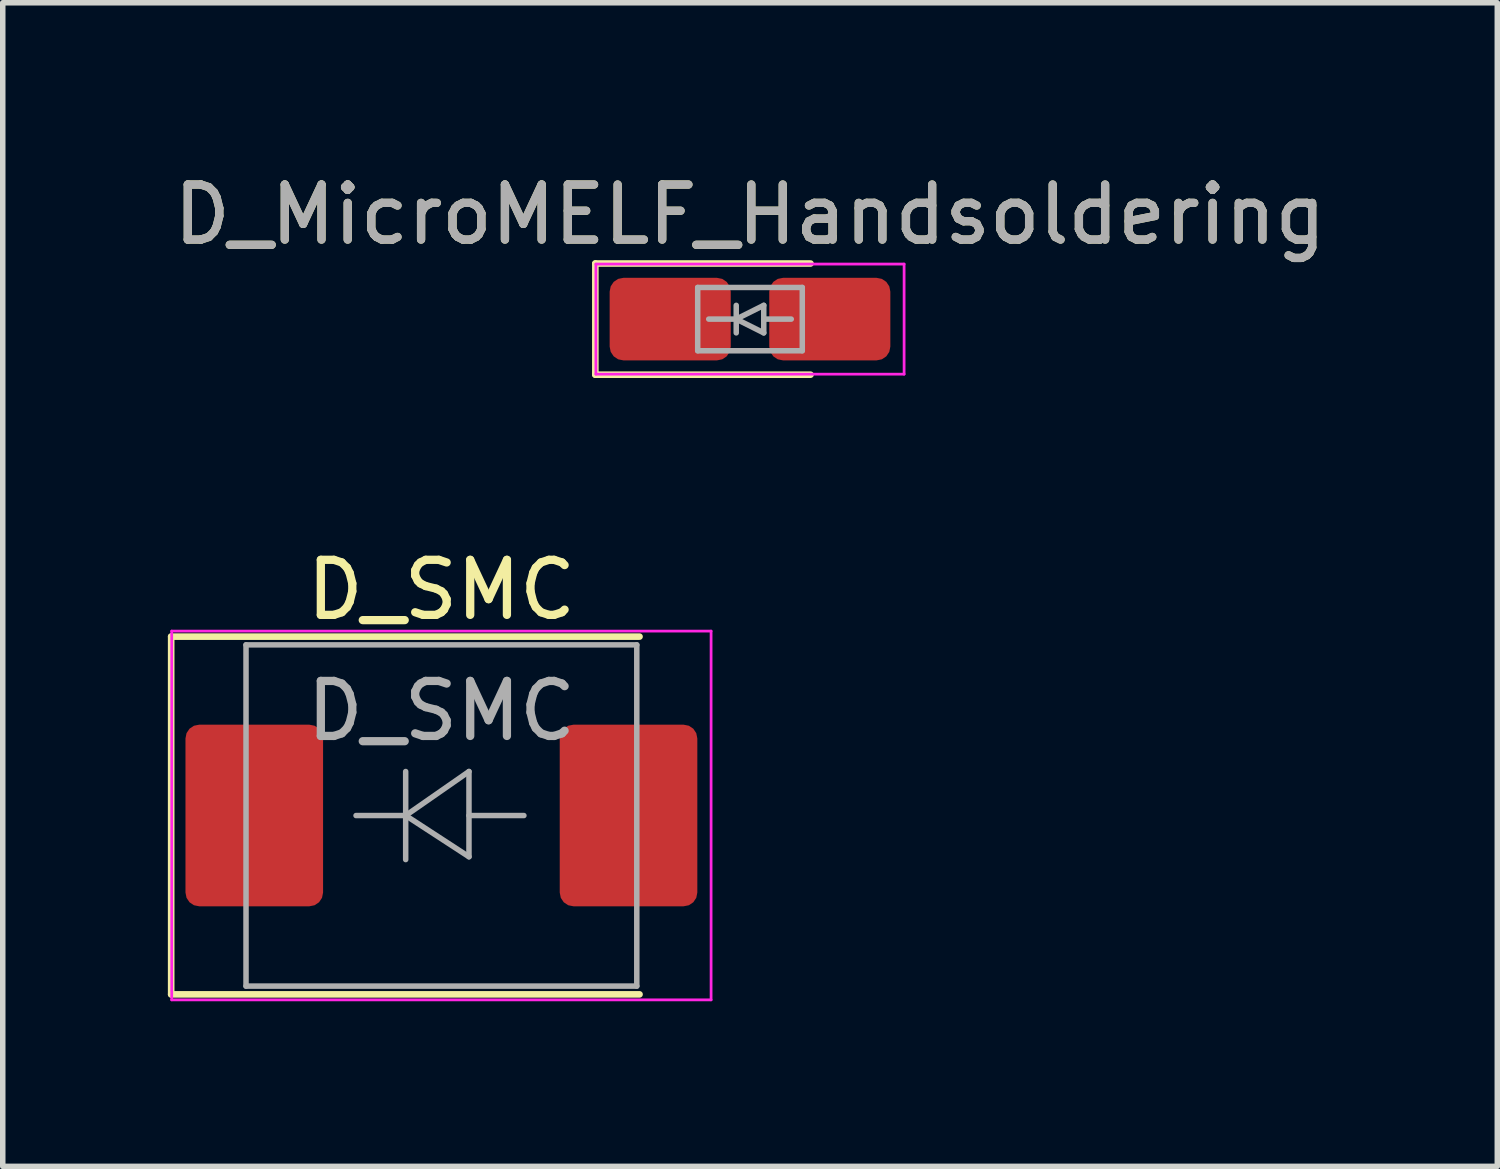
<source format=kicad_pcb>
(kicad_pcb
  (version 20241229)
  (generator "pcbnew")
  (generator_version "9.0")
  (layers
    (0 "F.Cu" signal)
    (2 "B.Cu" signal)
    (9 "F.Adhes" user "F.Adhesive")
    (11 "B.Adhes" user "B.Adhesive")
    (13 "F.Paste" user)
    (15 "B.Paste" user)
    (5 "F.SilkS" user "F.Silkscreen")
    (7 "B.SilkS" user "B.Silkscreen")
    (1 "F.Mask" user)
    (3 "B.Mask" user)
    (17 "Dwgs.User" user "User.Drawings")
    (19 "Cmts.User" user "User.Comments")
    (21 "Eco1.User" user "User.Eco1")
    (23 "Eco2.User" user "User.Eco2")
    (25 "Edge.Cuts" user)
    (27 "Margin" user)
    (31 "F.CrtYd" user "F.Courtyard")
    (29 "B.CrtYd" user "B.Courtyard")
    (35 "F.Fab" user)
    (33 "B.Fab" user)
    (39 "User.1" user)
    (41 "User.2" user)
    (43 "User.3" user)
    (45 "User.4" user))
  (footprint "D_MicroMELF_Handsoldering"
    (layer "F.Cu")
    (at 10.577 2.748)
    (property "Reference" "D_MicroMELF_Handsoldering" (at 0 -1.9 0) (layer "F.SilkS") (effects (font (size 1 1) (thickness 0.15))))
    (attr smd)
    (fp_line (start -2.81 -1.01) (end -2.81 1.01) (stroke (width 0.12) (type solid)) (layer "F.SilkS"))
    (fp_line (start -2.81 1.01) (end 1.1 1.01) (stroke (width 0.12) (type solid)) (layer "F.SilkS"))
    (fp_line (start 1.1 -1.01) (end -2.81 -1.01) (stroke (width 0.12) (type solid)) (layer "F.SilkS"))
    (fp_line (start -2.8 -1) (end -2.8 1) (stroke (width 0.05) (type solid)) (layer "F.CrtYd"))
    (fp_line (start -2.8 -1) (end 2.8 -1) (stroke (width 0.05) (type solid)) (layer "F.CrtYd"))
    (fp_line (start 2.8 1) (end -2.8 1) (stroke (width 0.05) (type solid)) (layer "F.CrtYd"))
    (fp_line (start 2.8 1) (end 2.8 -1) (stroke (width 0.05) (type solid)) (layer "F.CrtYd"))
    (fp_line (start -0.95 -0.575) (end 0.95 -0.575) (stroke (width 0.1) (type solid)) (layer "F.Fab"))
    (fp_line (start -0.95 0.575) (end -0.95 -0.575) (stroke (width 0.1) (type solid)) (layer "F.Fab"))
    (fp_line (start -0.25 -0.25) (end -0.25 0.25) (stroke (width 0.1) (type solid)) (layer "F.Fab"))
    (fp_line (start -0.25 0) (end -0.75 0) (stroke (width 0.1) (type solid)) (layer "F.Fab"))
    (fp_line (start -0.25 0) (end 0.25 -0.25) (stroke (width 0.1) (type solid)) (layer "F.Fab"))
    (fp_line (start 0.25 -0.25) (end 0.25 0.25) (stroke (width 0.1) (type solid)) (layer "F.Fab"))
    (fp_line (start 0.25 0) (end 0.75 0) (stroke (width 0.1) (type solid)) (layer "F.Fab"))
    (fp_line (start 0.25 0.25) (end -0.25 0) (stroke (width 0.1) (type solid)) (layer "F.Fab"))
    (fp_line (start 0.95 -0.575) (end 0.95 0.575) (stroke (width 0.1) (type solid)) (layer "F.Fab"))
    (fp_line (start 0.95 0.575) (end -0.95 0.575) (stroke (width 0.1) (type solid)) (layer "F.Fab"))
    (fp_text user "${REFERENCE}" (at 0 -1.9 0) (layer "F.Fab") (effects (font (size 1 1) (thickness 0.15))))
    (pad "1" smd roundrect (at -1.45 0) (size 2.2 1.5) (layers "F.Cu" "F.Mask" "F.Paste") (roundrect_rratio 0.167))
    (pad "2" smd roundrect (at 1.45 0) (size 2.2 1.5) (layers "F.Cu" "F.Mask" "F.Paste") (roundrect_rratio 0.167)))
  (footprint "D_SMC"
    (layer "F.Cu")
    (at 4.97 11.767)
    (property "Reference" "D_SMC" (at 0 -4.1 0) (layer "F.SilkS") (effects (font (size 1 1) (thickness 0.15))))
    (attr smd)
    (fp_line (start -4.91 -3.25) (end 3.6 -3.25) (stroke (width 0.12) (type solid)) (layer "F.SilkS"))
    (fp_line (start -4.91 3.25) (end -4.91 -3.25) (stroke (width 0.12) (type solid)) (layer "F.SilkS"))
    (fp_line (start -4.91 3.25) (end 3.6 3.25) (stroke (width 0.12) (type solid)) (layer "F.SilkS"))
    (fp_line (start -4.9 -3.35) (end 4.9 -3.35) (stroke (width 0.05) (type solid)) (layer "F.CrtYd"))
    (fp_line (start -4.9 3.35) (end -4.9 -3.35) (stroke (width 0.05) (type solid)) (layer "F.CrtYd"))
    (fp_line (start 4.9 -3.35) (end 4.9 3.35) (stroke (width 0.05) (type solid)) (layer "F.CrtYd"))
    (fp_line (start 4.9 3.35) (end -4.9 3.35) (stroke (width 0.05) (type solid)) (layer "F.CrtYd"))
    (fp_line (start -3.55 3.1) (end -3.55 -3.1) (stroke (width 0.1) (type solid)) (layer "F.Fab"))
    (fp_line (start -0.649 -0.799) (end -0.649 0.801) (stroke (width 0.1) (type solid)) (layer "F.Fab"))
    (fp_line (start -0.649 0.001) (end -1.551 0.001) (stroke (width 0.1) (type solid)) (layer "F.Fab"))
    (fp_line (start -0.649 0.001) (end 0.501 -0.799) (stroke (width 0.1) (type solid)) (layer "F.Fab"))
    (fp_line (start -0.649 0.001) (end 0.501 0.75) (stroke (width 0.1) (type solid)) (layer "F.Fab"))
    (fp_line (start 0.501 0.001) (end 1.499 0.001) (stroke (width 0.1) (type solid)) (layer "F.Fab"))
    (fp_line (start 0.501 0.75) (end 0.501 -0.799) (stroke (width 0.1) (type solid)) (layer "F.Fab"))
    (fp_line (start 3.55 -3.1) (end -3.55 -3.1) (stroke (width 0.1) (type solid)) (layer "F.Fab"))
    (fp_line (start 3.55 -3.1) (end 3.55 3.1) (stroke (width 0.1) (type solid)) (layer "F.Fab"))
    (fp_line (start 3.55 3.1) (end -3.55 3.1) (stroke (width 0.1) (type solid)) (layer "F.Fab"))
    (fp_text user "${REFERENCE}" (at 0 -1.9 0) (layer "F.Fab") (effects (font (size 1 1) (thickness 0.15))))
    (pad "1" smd roundrect (at -3.4 0 90) (size 3.3 2.5) (layers "F.Cu" "F.Mask" "F.Paste") (roundrect_rratio 0.1))
    (pad "2" smd roundrect (at 3.4 0 90) (size 3.3 2.5) (layers "F.Cu" "F.Mask" "F.Paste") (roundrect_rratio 0.1)))
  (gr_rect
    (start -3 -3)
    (end 24.155 18.142)
    (stroke (width 0.1) (type default))
    (fill no)
    (layer "Edge.Cuts")))
</source>
